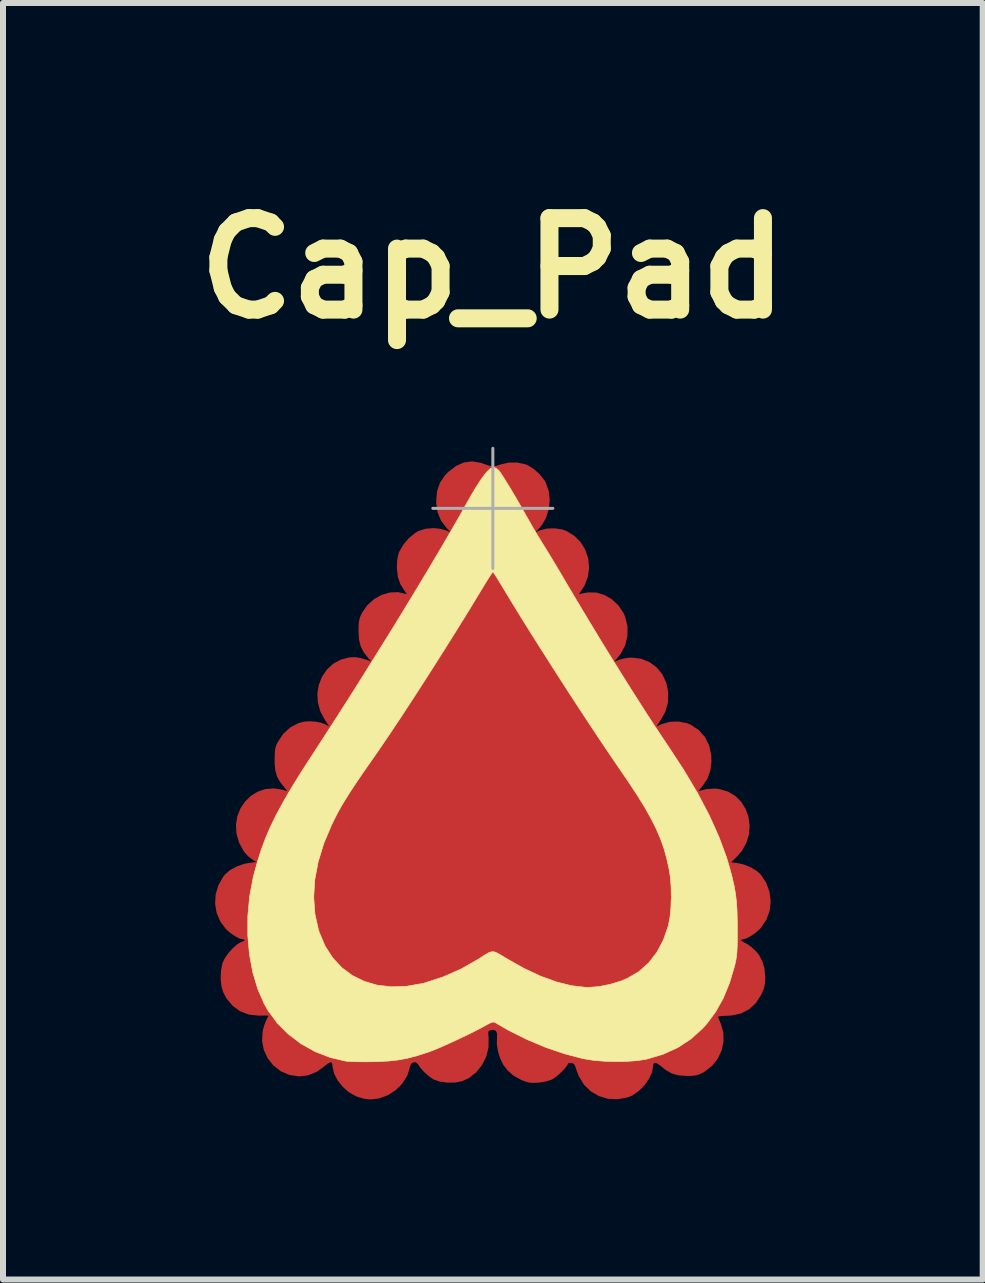
<source format=kicad_pcb>
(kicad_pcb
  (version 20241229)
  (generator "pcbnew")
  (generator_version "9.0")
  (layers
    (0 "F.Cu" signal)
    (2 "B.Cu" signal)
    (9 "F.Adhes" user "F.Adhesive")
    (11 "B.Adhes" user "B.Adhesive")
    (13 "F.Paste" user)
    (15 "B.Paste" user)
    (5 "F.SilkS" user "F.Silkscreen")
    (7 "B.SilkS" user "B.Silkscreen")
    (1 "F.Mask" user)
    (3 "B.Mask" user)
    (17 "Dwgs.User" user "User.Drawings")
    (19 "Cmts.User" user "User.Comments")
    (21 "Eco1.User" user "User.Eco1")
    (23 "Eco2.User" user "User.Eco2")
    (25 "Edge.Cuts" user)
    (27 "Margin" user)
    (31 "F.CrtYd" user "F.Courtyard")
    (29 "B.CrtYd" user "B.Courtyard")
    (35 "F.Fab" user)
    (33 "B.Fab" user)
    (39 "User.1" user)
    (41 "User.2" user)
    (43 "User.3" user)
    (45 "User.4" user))
  (footprint "Cap_Pad"
    (layer "F.Cu")
    (at 5.16 5.418)
    (property "Reference" "Cap_Pad" (at 0 -4 0) (layer "F.SilkS") (effects (font (size 1.524 1.524) (thickness 0.3))))
    (attr exclude_from_pos_files exclude_from_bom)
    (fp_circle (center -3.49 6.71) (end -3.489 6.71) (stroke (width 0.3) (type solid)) (fill no) (layer "F.Mask"))
    (fp_circle (center -3.44 7.39) (end -3.439 7.39) (stroke (width 0.3) (type solid)) (fill no) (layer "F.Mask"))
    (fp_circle (center -3.39 6.02) (end -3.389 6.02) (stroke (width 0.3) (type solid)) (fill no) (layer "F.Mask"))
    (fp_circle (center -3.19 7.94) (end -3.189 7.94) (stroke (width 0.3) (type solid)) (fill no) (layer "F.Mask"))
    (fp_circle (center -3.18 5.35) (end -3.179 5.35) (stroke (width 0.3) (type solid)) (fill no) (layer "F.Mask"))
    (fp_circle (center -2.94 4.81) (end -2.939 4.81) (stroke (width 0.3) (type solid)) (fill no) (layer "F.Mask"))
    (fp_circle (center -2.8 8.37) (end -2.799 8.37) (stroke (width 0.3) (type solid)) (fill no) (layer "F.Mask"))
    (fp_circle (center -2.6 4.29) (end -2.599 4.29) (stroke (width 0.3) (type solid)) (fill no) (layer "F.Mask"))
    (fp_circle (center -2.22 3.7) (end -2.219 3.7) (stroke (width 0.3) (type solid)) (fill no) (layer "F.Mask"))
    (fp_circle (center -2.19 8.6) (end -2.189 8.6) (stroke (width 0.3) (type solid)) (fill no) (layer "F.Mask"))
    (fp_circle (center -1.78 3.12) (end -1.779 3.12) (stroke (width 0.3) (type solid)) (fill no) (layer "F.Mask"))
    (fp_circle (center -1.56 8.59) (end -1.559 8.59) (stroke (width 0.3) (type solid)) (fill no) (layer "F.Mask"))
    (fp_circle (center -1.45 2.51) (end -1.449 2.51) (stroke (width 0.3) (type solid)) (fill no) (layer "F.Mask"))
    (fp_circle (center -1.07 1.9) (end -1.069 1.9) (stroke (width 0.3) (type solid)) (fill no) (layer "F.Mask"))
    (fp_circle (center -0.95 8.42) (end -0.949 8.42) (stroke (width 0.3) (type solid)) (fill no) (layer "F.Mask"))
    (fp_circle (center -0.74 1.39) (end -0.739 1.39) (stroke (width 0.3) (type solid)) (fill no) (layer "F.Mask"))
    (fp_circle (center -0.4 0.8) (end -0.399 0.8) (stroke (width 0.3) (type solid)) (fill no) (layer "F.Mask"))
    (fp_circle (center -0.33 8.14) (end -0.329 8.14) (stroke (width 0.3) (type solid)) (fill no) (layer "F.Mask"))
    (fp_circle (center 0 0.24) (end 0.001 0.24) (stroke (width 0.3) (type solid)) (fill no) (layer "F.Mask"))
    (fp_circle (center 0.33 8.14) (end 0.331 8.14) (stroke (width 0.3) (type solid)) (fill no) (layer "F.Mask"))
    (fp_circle (center 0.39 0.8) (end 0.391 0.8) (stroke (width 0.3) (type solid)) (fill no) (layer "F.Mask"))
    (fp_circle (center 0.74 1.39) (end 0.741 1.39) (stroke (width 0.3) (type solid)) (fill no) (layer "F.Mask"))
    (fp_circle (center 0.96 8.41) (end 0.961 8.41) (stroke (width 0.3) (type solid)) (fill no) (layer "F.Mask"))
    (fp_circle (center 1.07 1.91) (end 1.071 1.91) (stroke (width 0.3) (type solid)) (fill no) (layer "F.Mask"))
    (fp_circle (center 1.46 2.52) (end 1.461 2.52) (stroke (width 0.3) (type solid)) (fill no) (layer "F.Mask"))
    (fp_circle (center 1.56 8.59) (end 1.561 8.59) (stroke (width 0.3) (type solid)) (fill no) (layer "F.Mask"))
    (fp_circle (center 1.77 3.11) (end 1.771 3.11) (stroke (width 0.3) (type solid)) (fill no) (layer "F.Mask"))
    (fp_circle (center 2.19 8.6) (end 2.191 8.6) (stroke (width 0.3) (type solid)) (fill no) (layer "F.Mask"))
    (fp_circle (center 2.23 3.71) (end 2.231 3.71) (stroke (width 0.3) (type solid)) (fill no) (layer "F.Mask"))
    (fp_circle (center 2.62 4.3) (end 2.621 4.3) (stroke (width 0.3) (type solid)) (fill no) (layer "F.Mask"))
    (fp_circle (center 2.8 8.37) (end 2.801 8.37) (stroke (width 0.3) (type solid)) (fill no) (layer "F.Mask"))
    (fp_circle (center 2.94 4.81) (end 2.941 4.81) (stroke (width 0.3) (type solid)) (fill no) (layer "F.Mask"))
    (fp_circle (center 3.19 5.35) (end 3.191 5.35) (stroke (width 0.3) (type solid)) (fill no) (layer "F.Mask"))
    (fp_circle (center 3.19 7.94) (end 3.191 7.94) (stroke (width 0.3) (type solid)) (fill no) (layer "F.Mask"))
    (fp_circle (center 3.4 6.04) (end 3.401 6.04) (stroke (width 0.3) (type solid)) (fill no) (layer "F.Mask"))
    (fp_circle (center 3.44 7.39) (end 3.441 7.39) (stroke (width 0.3) (type solid)) (fill no) (layer "F.Mask"))
    (fp_circle (center 3.48 6.72) (end 3.481 6.72) (stroke (width 0.3) (type solid)) (fill no) (layer "F.Mask"))
    (fp_poly (pts (xy 0.014 0.917) (xy 0.046 0.965) (xy 0.093 1.039) (xy 0.152 1.132) (xy 0.218 1.241) (xy 0.233 1.265) (xy 0.411 1.556) (xy 0.595 1.856) (xy 0.784 2.158) (xy 0.974 2.459) (xy 1.162 2.755) (xy 1.345 3.04) (xy 1.521 3.311) (xy 1.686 3.563) (xy 1.839 3.792) (xy 1.975 3.992) (xy 2.085 4.149) (xy 2.265 4.406) (xy 2.42 4.636) (xy 2.552 4.843) (xy 2.663 5.032) (xy 2.756 5.207) (xy 2.834 5.373) (xy 2.899 5.534) (xy 2.952 5.696) (xy 2.997 5.862) (xy 3.02 5.963) (xy 3.039 6.085) (xy 3.052 6.233) (xy 3.059 6.395) (xy 3.059 6.56) (xy 3.053 6.719) (xy 3.041 6.859) (xy 3.022 6.97) (xy 3.018 6.985) (xy 2.932 7.234) (xy 2.818 7.452) (xy 2.675 7.639) (xy 2.504 7.794) (xy 2.305 7.918) (xy 2.078 8.01) (xy 1.984 8.037) (xy 1.899 8.056) (xy 1.823 8.068) (xy 1.742 8.073) (xy 1.642 8.073) (xy 1.544 8.069) (xy 1.242 8.034) (xy 0.938 7.958) (xy 0.634 7.841) (xy 0.332 7.683) (xy 0.143 7.564) (xy 0.08 7.523) (xy 0.028 7.494) (xy 0.001 7.483) (xy 0.001 7.483) (xy -0.025 7.494) (xy -0.078 7.523) (xy -0.148 7.566) (xy -0.196 7.596) (xy -0.514 7.78) (xy -0.839 7.923) (xy -1.126 8.014) (xy -1.275 8.044) (xy -1.441 8.063) (xy -1.613 8.071) (xy -1.779 8.067) (xy -1.924 8.052) (xy -2.002 8.035) (xy -2.238 7.951) (xy -2.447 7.835) (xy -2.628 7.688) (xy -2.78 7.509) (xy -2.904 7.3) (xy -2.998 7.06) (xy -3.02 6.985) (xy -3.04 6.88) (xy -3.053 6.744) (xy -3.061 6.588) (xy -3.061 6.423) (xy -3.056 6.259) (xy -3.044 6.109) (xy -3.025 5.982) (xy -3.022 5.963) (xy -2.948 5.684) (xy -2.848 5.408) (xy -2.718 5.13) (xy -2.556 4.844) (xy -2.389 4.587) (xy -2.036 4.067) (xy -1.705 3.574) (xy -1.393 3.102) (xy -1.096 2.644) (xy -0.81 2.196) (xy -0.531 1.75) (xy -0.286 1.35) (xy -0.21 1.226) (xy -0.141 1.116) (xy -0.083 1.023) (xy -0.038 0.953) (xy -0.009 0.911) (xy 0 0.9) (xy 0.014 0.917)) (stroke (width 0.01) (type solid)) (fill yes) (layer "F.Mask"))
    (fp_poly (pts (xy -0.182 -0.751) (xy -0.149 -0.741) (xy -0.000001 -0.693) (xy 0.149 -0.741) (xy 0.309 -0.773) (xy 0.46 -0.764) (xy 0.599 -0.715) (xy 0.727 -0.626) (xy 0.751 -0.602) (xy 0.851 -0.473) (xy 0.914 -0.325) (xy 0.94 -0.158) (xy 0.94 -0.127) (xy 0.927 0.025) (xy 0.884 0.155) (xy 0.807 0.275) (xy 0.776 0.311) (xy 0.7 0.395) (xy 0.821 0.354) (xy 0.965 0.325) (xy 1.105 0.334) (xy 1.235 0.377) (xy 1.351 0.449) (xy 1.45 0.547) (xy 1.527 0.665) (xy 1.578 0.799) (xy 1.599 0.945) (xy 1.585 1.099) (xy 1.577 1.132) (xy 1.548 1.219) (xy 1.509 1.305) (xy 1.483 1.347) (xy 1.422 1.435) (xy 1.5 1.413) (xy 1.601 1.4) (xy 1.718 1.407) (xy 1.831 1.431) (xy 1.898 1.457) (xy 2 1.527) (xy 2.094 1.625) (xy 2.17 1.738) (xy 2.211 1.832) (xy 2.241 1.99) (xy 2.233 2.149) (xy 2.191 2.3) (xy 2.116 2.435) (xy 2.071 2.49) (xy 2.008 2.556) (xy 2.12 2.517) (xy 2.277 2.481) (xy 2.422 2.487) (xy 2.559 2.534) (xy 2.687 2.622) (xy 2.732 2.665) (xy 2.829 2.781) (xy 2.889 2.901) (xy 2.917 3.036) (xy 2.921 3.123) (xy 2.907 3.273) (xy 2.861 3.407) (xy 2.782 3.537) (xy 2.707 3.64) (xy 2.808 3.593) (xy 2.919 3.56) (xy 3.045 3.548) (xy 3.17 3.558) (xy 3.266 3.586) (xy 3.381 3.656) (xy 3.485 3.758) (xy 3.568 3.879) (xy 3.587 3.919) (xy 3.617 3.991) (xy 3.634 4.051) (xy 3.639 4.116) (xy 3.637 4.204) (xy 3.636 4.22) (xy 3.619 4.362) (xy 3.581 4.479) (xy 3.517 4.586) (xy 3.466 4.65) (xy 3.429 4.695) (xy 3.421 4.714) (xy 3.439 4.711) (xy 3.44 4.711) (xy 3.593 4.67) (xy 3.745 4.669) (xy 3.888 4.706) (xy 4.018 4.779) (xy 4.129 4.885) (xy 4.206 5.004) (xy 4.251 5.131) (xy 4.272 5.275) (xy 4.267 5.419) (xy 4.256 5.476) (xy 4.221 5.571) (xy 4.165 5.671) (xy 4.098 5.761) (xy 4.03 5.826) (xy 4.022 5.831) (xy 3.98 5.862) (xy 3.959 5.884) (xy 3.958 5.887) (xy 3.977 5.896) (xy 4.026 5.906) (xy 4.072 5.911) (xy 4.222 5.946) (xy 4.351 6.012) (xy 4.458 6.105) (xy 4.539 6.219) (xy 4.595 6.349) (xy 4.622 6.488) (xy 4.619 6.632) (xy 4.584 6.775) (xy 4.516 6.91) (xy 4.425 7.022) (xy 4.346 7.086) (xy 4.26 7.137) (xy 4.231 7.149) (xy 4.162 7.176) (xy 4.132 7.197) (xy 4.141 7.213) (xy 4.177 7.226) (xy 4.239 7.256) (xy 4.312 7.314) (xy 4.385 7.39) (xy 4.448 7.473) (xy 4.479 7.528) (xy 4.527 7.672) (xy 4.538 7.826) (xy 4.513 7.981) (xy 4.454 8.129) (xy 4.373 8.248) (xy 4.324 8.294) (xy 4.252 8.344) (xy 4.187 8.381) (xy 4.106 8.417) (xy 4.035 8.437) (xy 3.954 8.445) (xy 3.902 8.445) (xy 3.827 8.446) (xy 3.772 8.449) (xy 3.747 8.453) (xy 3.747 8.453) (xy 3.754 8.476) (xy 3.775 8.524) (xy 3.792 8.565) (xy 3.826 8.671) (xy 3.839 8.797) (xy 3.839 8.817) (xy 3.837 8.907) (xy 3.825 8.978) (xy 3.798 9.051) (xy 3.771 9.109) (xy 3.684 9.243) (xy 3.573 9.346) (xy 3.445 9.415) (xy 3.305 9.451) (xy 3.16 9.452) (xy 3.015 9.417) (xy 2.875 9.345) (xy 2.802 9.287) (xy 2.737 9.238) (xy 2.693 9.226) (xy 2.67 9.25) (xy 2.667 9.28) (xy 2.648 9.387) (xy 2.597 9.5) (xy 2.521 9.609) (xy 2.426 9.703) (xy 2.32 9.773) (xy 2.302 9.781) (xy 2.166 9.821) (xy 2.015 9.833) (xy 1.866 9.815) (xy 1.762 9.781) (xy 1.66 9.72) (xy 1.564 9.634) (xy 1.481 9.533) (xy 1.418 9.426) (xy 1.382 9.322) (xy 1.376 9.27) (xy 1.357 9.237) (xy 1.323 9.223) (xy 1.282 9.224) (xy 1.248 9.251) (xy 1.226 9.284) (xy 1.13 9.403) (xy 1.011 9.49) (xy 0.877 9.543) (xy 0.732 9.564) (xy 0.585 9.549) (xy 0.441 9.499) (xy 0.306 9.413) (xy 0.297 9.406) (xy 0.201 9.299) (xy 0.128 9.166) (xy 0.083 9.018) (xy 0.072 8.866) (xy 0.074 8.826) (xy 0.08 8.757) (xy 0.075 8.717) (xy 0.058 8.693) (xy 0.044 8.683) (xy -0.000229 8.667) (xy -0.044 8.683) (xy -0.068 8.704) (xy -0.079 8.735) (xy -0.078 8.788) (xy -0.074 8.826) (xy -0.076 8.965) (xy -0.107 9.11) (xy -0.162 9.241) (xy -0.178 9.267) (xy -0.277 9.388) (xy -0.401 9.479) (xy -0.542 9.539) (xy -0.693 9.565) (xy -0.845 9.553) (xy -0.91 9.536) (xy -1.002 9.491) (xy -1.099 9.42) (xy -1.189 9.334) (xy -1.25 9.255) (xy -1.287 9.225) (xy -1.33 9.22) (xy -1.365 9.238) (xy -1.376 9.27) (xy -1.394 9.367) (xy -1.443 9.474) (xy -1.516 9.579) (xy -1.605 9.674) (xy -1.704 9.749) (xy -1.762 9.779) (xy -1.88 9.816) (xy -2.009 9.834) (xy -2.132 9.831) (xy -2.212 9.814) (xy -2.328 9.768) (xy -2.419 9.712) (xy -2.501 9.635) (xy -2.515 9.62) (xy -2.581 9.528) (xy -2.632 9.426) (xy -2.662 9.327) (xy -2.667 9.279) (xy -2.676 9.232) (xy -2.704 9.22) (xy -2.752 9.245) (xy -2.797 9.282) (xy -2.931 9.378) (xy -3.073 9.435) (xy -3.219 9.456) (xy -3.363 9.441) (xy -3.498 9.392) (xy -3.62 9.309) (xy -3.722 9.193) (xy -3.771 9.109) (xy -3.827 8.953) (xy -3.843 8.795) (xy -3.821 8.641) (xy -3.792 8.562) (xy -3.767 8.503) (xy -3.752 8.461) (xy -3.751 8.449) (xy -3.773 8.446) (xy -3.828 8.442) (xy -3.903 8.439) (xy -3.926 8.439) (xy -4.089 8.42) (xy -4.225 8.369) (xy -4.338 8.283) (xy -4.432 8.162) (xy -4.469 8.094) (xy -4.524 7.938) (xy -4.54 7.78) (xy -4.517 7.627) (xy -4.456 7.484) (xy -4.358 7.357) (xy -4.324 7.324) (xy -4.263 7.276) (xy -4.207 7.239) (xy -4.177 7.226) (xy -4.137 7.211) (xy -4.134 7.194) (xy -4.17 7.172) (xy -4.228 7.15) (xy -4.351 7.084) (xy -4.387 7.052) (xy -4 7.052) (xy -3.978 7.374) (xy -3.922 7.68) (xy -3.832 7.967) (xy -3.707 8.235) (xy -3.552 8.474) (xy -3.389 8.657) (xy -3.195 8.813) (xy -2.972 8.942) (xy -2.725 9.041) (xy -2.456 9.108) (xy -2.365 9.123) (xy -2.243 9.133) (xy -2.092 9.135) (xy -1.925 9.128) (xy -1.757 9.114) (xy -1.598 9.094) (xy -1.517 9.08) (xy -1.236 9.009) (xy -0.942 8.909) (xy -0.65 8.787) (xy -0.371 8.646) (xy -0.215 8.555) (xy -0.136 8.508) (xy -0.066 8.471) (xy -0.017 8.449) (xy -0.002 8.445) (xy 0.031 8.456) (xy 0.091 8.484) (xy 0.168 8.526) (xy 0.235 8.566) (xy 0.532 8.729) (xy 0.839 8.867) (xy 1.149 8.979) (xy 1.455 9.061) (xy 1.748 9.11) (xy 1.842 9.119) (xy 2.157 9.125) (xy 2.45 9.096) (xy 2.721 9.033) (xy 2.969 8.934) (xy 3.193 8.803) (xy 3.392 8.637) (xy 3.566 8.439) (xy 3.712 8.209) (xy 3.749 8.138) (xy 3.862 7.858) (xy 3.94 7.559) (xy 3.983 7.241) (xy 3.991 6.909) (xy 3.964 6.565) (xy 3.902 6.211) (xy 3.806 5.85) (xy 3.676 5.485) (xy 3.512 5.118) (xy 3.501 5.095) (xy 3.463 5.022) (xy 3.428 4.953) (xy 3.391 4.886) (xy 3.351 4.816) (xy 3.305 4.738) (xy 3.249 4.649) (xy 3.182 4.543) (xy 3.101 4.417) (xy 3.002 4.266) (xy 2.884 4.085) (xy 2.835 4.011) (xy 2.592 3.636) (xy 2.331 3.226) (xy 2.055 2.786) (xy 1.766 2.319) (xy 1.467 1.828) (xy 1.159 1.318) (xy 0.845 0.792) (xy 0.527 0.252) (xy 0.358 -0.036) (xy 0.258 -0.208) (xy 0.176 -0.345) (xy 0.111 -0.451) (xy 0.061 -0.527) (xy 0.025 -0.577) (xy 0.001 -0.603) (xy -0.012 -0.608) (xy -0.014 -0.607) (xy -0.029 -0.584) (xy -0.064 -0.528) (xy -0.115 -0.444) (xy -0.181 -0.333) (xy -0.259 -0.201) (xy -0.348 -0.05) (xy -0.445 0.114) (xy -0.545 0.286) (xy -0.856 0.816) (xy -1.15 1.312) (xy -1.429 1.777) (xy -1.694 2.213) (xy -1.947 2.625) (xy -2.191 3.014) (xy -2.427 3.385) (xy -2.657 3.739) (xy -2.879 4.074) (xy -3.019 4.286) (xy -3.138 4.468) (xy -3.238 4.627) (xy -3.324 4.767) (xy -3.397 4.894) (xy -3.462 5.013) (xy -3.521 5.13) (xy -3.578 5.25) (xy -3.592 5.281) (xy -3.743 5.649) (xy -3.858 6.012) (xy -3.94 6.369) (xy -3.987 6.716) (xy -4 7.052) (xy -4.387 7.052) (xy -4.458 6.987) (xy -4.542 6.864) (xy -4.598 6.724) (xy -4.622 6.576) (xy -4.622 6.564) (xy -4.606 6.394) (xy -4.554 6.244) (xy -4.47 6.116) (xy -4.357 6.016) (xy -4.217 5.945) (xy -4.058 5.909) (xy -3.929 5.895) (xy -4.014 5.839) (xy -4.118 5.746) (xy -4.197 5.625) (xy -4.25 5.482) (xy -4.273 5.327) (xy -4.271 5.242) (xy -4.239 5.085) (xy -4.175 4.948) (xy -4.084 4.834) (xy -3.97 4.747) (xy -3.838 4.69) (xy -3.695 4.666) (xy -3.546 4.679) (xy -3.44 4.711) (xy -3.421 4.714) (xy -3.429 4.695) (xy -3.465 4.65) (xy -3.466 4.65) (xy -3.552 4.534) (xy -3.605 4.416) (xy -3.632 4.28) (xy -3.636 4.229) (xy -3.632 4.07) (xy -3.597 3.932) (xy -3.528 3.809) (xy -3.477 3.745) (xy -3.36 3.644) (xy -3.226 3.577) (xy -3.083 3.546) (xy -2.937 3.553) (xy -2.808 3.593) (xy -2.707 3.64) (xy -2.782 3.537) (xy -2.863 3.404) (xy -2.908 3.269) (xy -2.921 3.123) (xy -2.908 2.974) (xy -2.867 2.847) (xy -2.791 2.73) (xy -2.732 2.665) (xy -2.607 2.561) (xy -2.474 2.499) (xy -2.331 2.479) (xy -2.179 2.499) (xy -2.12 2.517) (xy -2.008 2.556) (xy -2.071 2.49) (xy -2.149 2.393) (xy -2.199 2.294) (xy -2.225 2.179) (xy -2.233 2.043) (xy -2.231 1.939) (xy -2.223 1.864) (xy -2.206 1.804) (xy -2.185 1.754) (xy -2.104 1.629) (xy -1.999 1.523) (xy -1.899 1.458) (xy -1.815 1.427) (xy -1.711 1.407) (xy -1.606 1.399) (xy -1.516 1.406) (xy -1.485 1.414) (xy -1.421 1.436) (xy -1.483 1.348) (xy -1.538 1.245) (xy -1.578 1.122) (xy -1.6 0.998) (xy -1.599 0.891) (xy -1.558 0.735) (xy -1.487 0.598) (xy -1.392 0.485) (xy -1.276 0.4) (xy -1.146 0.345) (xy -1.006 0.325) (xy -0.861 0.342) (xy -0.821 0.354) (xy -0.7 0.395) (xy -0.776 0.311) (xy -0.867 0.18) (xy -0.923 0.034) (xy -0.944 -0.12) (xy -0.928 -0.275) (xy -0.878 -0.423) (xy -0.792 -0.557) (xy -0.751 -0.602) (xy -0.626 -0.7) (xy -0.489 -0.758) (xy -0.34 -0.775) (xy -0.182 -0.751)) (stroke (width 0.01) (type solid)) (fill yes) (layer "F.Mask"))
    (fp_poly (pts (xy 0.055 -0.668) (xy 0.1 -0.63) (xy 0.129 -0.591) (xy 0.175 -0.521) (xy 0.234 -0.426) (xy 0.305 -0.31) (xy 0.382 -0.18) (xy 0.463 -0.04) (xy 0.544 0.103) (xy 0.582 0.169) (xy 0.647 0.284) (xy 0.722 0.412) (xy 0.796 0.533) (xy 0.833 0.593) (xy 0.883 0.674) (xy 0.95 0.783) (xy 1.026 0.909) (xy 1.107 1.044) (xy 1.186 1.178) (xy 1.196 1.196) (xy 1.39 1.523) (xy 1.589 1.855) (xy 1.789 2.186) (xy 1.989 2.511) (xy 2.185 2.826) (xy 2.374 3.125) (xy 2.552 3.404) (xy 2.717 3.657) (xy 2.866 3.88) (xy 2.912 3.948) (xy 3.18 4.357) (xy 3.412 4.746) (xy 3.607 5.118) (xy 3.766 5.472) (xy 3.891 5.809) (xy 3.937 5.962) (xy 3.983 6.132) (xy 4.017 6.279) (xy 4.042 6.416) (xy 4.058 6.554) (xy 4.068 6.703) (xy 4.072 6.877) (xy 4.073 7.006) (xy 4.073 7.161) (xy 4.071 7.283) (xy 4.067 7.378) (xy 4.06 7.455) (xy 4.049 7.524) (xy 4.035 7.59) (xy 4.028 7.62) (xy 3.942 7.908) (xy 3.838 8.161) (xy 3.713 8.385) (xy 3.565 8.585) (xy 3.498 8.66) (xy 3.302 8.838) (xy 3.082 8.982) (xy 2.836 9.094) (xy 2.563 9.175) (xy 2.551 9.178) (xy 2.406 9.2) (xy 2.232 9.213) (xy 2.043 9.216) (xy 1.851 9.21) (xy 1.669 9.194) (xy 1.509 9.168) (xy 1.506 9.168) (xy 1.2 9.088) (xy 0.882 8.98) (xy 0.564 8.846) (xy 0.259 8.694) (xy 0.041 8.567) (xy 0.011 8.557) (xy -0.028 8.565) (xy -0.088 8.595) (xy -0.099 8.601) (xy -0.201 8.657) (xy -0.326 8.722) (xy -0.467 8.791) (xy -0.615 8.861) (xy -0.759 8.927) (xy -0.892 8.986) (xy -1.004 9.032) (xy -1.074 9.058) (xy -1.258 9.117) (xy -1.42 9.16) (xy -1.574 9.189) (xy -1.736 9.207) (xy -1.921 9.217) (xy -1.99 9.218) (xy -2.117 9.22) (xy -2.238 9.219) (xy -2.342 9.216) (xy -2.42 9.212) (xy -2.449 9.209) (xy -2.711 9.147) (xy -2.961 9.05) (xy -3.194 8.92) (xy -3.405 8.76) (xy -3.591 8.575) (xy -3.744 8.367) (xy -3.808 8.255) (xy -3.917 8.004) (xy -4 7.726) (xy -4.055 7.428) (xy -4.082 7.116) (xy -4.082 6.795) (xy -4.053 6.477) (xy -2.984 6.477) (xy -2.964 6.756) (xy -2.905 7.022) (xy -2.888 7.072) (xy -2.792 7.296) (xy -2.667 7.489) (xy -2.516 7.652) (xy -2.341 7.782) (xy -2.143 7.879) (xy -1.926 7.943) (xy -1.691 7.97) (xy -1.441 7.962) (xy -1.178 7.916) (xy -1.136 7.906) (xy -0.832 7.807) (xy -0.529 7.674) (xy -0.242 7.51) (xy -0.23 7.503) (xy -0.14 7.444) (xy -0.075 7.406) (xy -0.025 7.387) (xy 0.021 7.387) (xy 0.074 7.408) (xy 0.144 7.448) (xy 0.232 7.502) (xy 0.519 7.664) (xy 0.795 7.793) (xy 1.059 7.889) (xy 1.307 7.951) (xy 1.537 7.978) (xy 1.59 7.98) (xy 1.766 7.967) (xy 1.955 7.929) (xy 2.139 7.873) (xy 2.24 7.83) (xy 2.43 7.719) (xy 2.594 7.574) (xy 2.732 7.397) (xy 2.842 7.188) (xy 2.924 6.951) (xy 2.95 6.817) (xy 2.966 6.654) (xy 2.973 6.477) (xy 2.969 6.296) (xy 2.954 6.125) (xy 2.935 6.006) (xy 2.896 5.831) (xy 2.85 5.666) (xy 2.793 5.505) (xy 2.723 5.342) (xy 2.638 5.172) (xy 2.535 4.989) (xy 2.412 4.789) (xy 2.265 4.565) (xy 2.161 4.413) (xy 1.97 4.133) (xy 1.765 3.828) (xy 1.55 3.504) (xy 1.33 3.168) (xy 1.11 2.828) (xy 0.893 2.488) (xy 0.683 2.157) (xy 0.485 1.841) (xy 0.304 1.546) (xy 0.147 1.286) (xy 0.094 1.2) (xy 0.05 1.128) (xy 0.017 1.079) (xy 0.001 1.059) (xy 0.000165 1.058) (xy -0.014 1.076) (xy -0.046 1.123) (xy -0.092 1.196) (xy -0.148 1.287) (xy -0.199 1.371) (xy -0.378 1.666) (xy -0.568 1.973) (xy -0.764 2.286) (xy -0.963 2.601) (xy -1.162 2.912) (xy -1.357 3.213) (xy -1.544 3.499) (xy -1.721 3.764) (xy -1.883 4.003) (xy -2.018 4.197) (xy -2.157 4.396) (xy -2.274 4.568) (xy -2.372 4.716) (xy -2.455 4.848) (xy -2.527 4.967) (xy -2.59 5.081) (xy -2.648 5.195) (xy -2.68 5.26) (xy -2.814 5.576) (xy -2.909 5.885) (xy -2.966 6.186) (xy -2.984 6.477) (xy -4.053 6.477) (xy -4.053 6.474) (xy -3.994 6.158) (xy -3.979 6.096) (xy -3.922 5.888) (xy -3.859 5.69) (xy -3.787 5.496) (xy -3.704 5.302) (xy -3.606 5.102) (xy -3.492 4.891) (xy -3.359 4.663) (xy -3.205 4.413) (xy -3.029 4.141) (xy -2.812 3.807) (xy -2.588 3.459) (xy -2.36 3.102) (xy -2.131 2.738) (xy -1.903 2.373) (xy -1.678 2.011) (xy -1.46 1.655) (xy -1.25 1.309) (xy -1.052 0.979) (xy -0.867 0.667) (xy -0.698 0.378) (xy -0.548 0.116) (xy -0.424 -0.106) (xy -0.361 -0.217) (xy -0.291 -0.334) (xy -0.223 -0.441) (xy -0.174 -0.513) (xy -0.102 -0.605) (xy -0.044 -0.66) (xy 0.007 -0.681) (xy 0.055 -0.668)) (stroke (width 0.01) (type solid)) (fill yes) (layer "F.SilkS"))
    (fp_line (start 0 -1) (end 0 1) (stroke (width 0.05) (type solid)) (layer "F.Fab"))
    (fp_line (start 1 0) (end -1 0) (stroke (width 0.05) (type solid)) (layer "F.Fab"))
    (pad "1" smd custom (at 0 5) (size 1 1) (layers "F.Cu") (options (anchor circle)) (primitives (gr_poly (pts (xy -0.197 -5.752) (xy -0.159 -5.738) (xy -0.072 -5.708) (xy -0.007 -5.696) (xy 0.053 -5.701) (xy 0.124 -5.723) (xy 0.138 -5.728) (xy 0.264 -5.757) (xy 0.403 -5.758) (xy 0.534 -5.731) (xy 0.582 -5.712) (xy 0.683 -5.649) (xy 0.78 -5.56) (xy 0.857 -5.462) (xy 0.875 -5.43) (xy 0.926 -5.288) (xy 0.942 -5.135) (xy 0.926 -4.981) (xy 0.878 -4.835) (xy 0.8 -4.707) (xy 0.761 -4.664) (xy 0.719 -4.621) (xy 0.709 -4.602) (xy 0.732 -4.606) (xy 0.791 -4.63) (xy 0.793 -4.631) (xy 0.903 -4.658) (xy 1.029 -4.662) (xy 1.154 -4.643) (xy 1.221 -4.62) (xy 1.354 -4.539) (xy 1.46 -4.432) (xy 1.537 -4.304) (xy 1.584 -4.162) (xy 1.598 -4.012) (xy 1.578 -3.862) (xy 1.524 -3.717) (xy 1.465 -3.626) (xy 1.435 -3.581) (xy 1.432 -3.564) (xy 1.446 -3.567) (xy 1.487 -3.577) (xy 1.551 -3.589) (xy 1.586 -3.594) (xy 1.723 -3.592) (xy 1.858 -3.552) (xy 1.982 -3.479) (xy 2.089 -3.378) (xy 2.173 -3.252) (xy 2.2 -3.19) (xy 2.238 -3.033) (xy 2.237 -2.875) (xy 2.2 -2.721) (xy 2.128 -2.582) (xy 2.068 -2.508) (xy 2.028 -2.463) (xy 2.018 -2.444) (xy 2.041 -2.446) (xy 2.099 -2.469) (xy 2.109 -2.473) (xy 2.177 -2.493) (xy 2.264 -2.506) (xy 2.318 -2.508) (xy 2.469 -2.49) (xy 2.607 -2.434) (xy 2.725 -2.347) (xy 2.819 -2.232) (xy 2.884 -2.094) (xy 2.916 -1.939) (xy 2.912 -1.769) (xy 2.869 -1.614) (xy 2.793 -1.477) (xy 2.753 -1.418) (xy 2.726 -1.376) (xy 2.718 -1.359) (xy 2.718 -1.359) (xy 2.74 -1.367) (xy 2.788 -1.388) (xy 2.818 -1.401) (xy 2.945 -1.438) (xy 3.085 -1.444) (xy 3.222 -1.419) (xy 3.298 -1.389) (xy 3.428 -1.302) (xy 3.53 -1.186) (xy 3.599 -1.047) (xy 3.633 -0.889) (xy 3.636 -0.767) (xy 3.615 -0.621) (xy 3.569 -0.497) (xy 3.491 -0.38) (xy 3.466 -0.35) (xy 3.429 -0.305) (xy 3.42 -0.285) (xy 3.438 -0.287) (xy 3.44 -0.288) (xy 3.565 -0.319) (xy 3.702 -0.327) (xy 3.768 -0.32) (xy 3.913 -0.278) (xy 4.036 -0.205) (xy 4.135 -0.106) (xy 4.208 0.012) (xy 4.254 0.145) (xy 4.272 0.287) (xy 4.261 0.431) (xy 4.218 0.573) (xy 4.142 0.707) (xy 4.059 0.802) (xy 3.958 0.9) (xy 4.068 0.913) (xy 4.183 0.939) (xy 4.298 0.986) (xy 4.398 1.047) (xy 4.458 1.102) (xy 4.549 1.24) (xy 4.604 1.39) (xy 4.623 1.547) (xy 4.606 1.702) (xy 4.553 1.849) (xy 4.464 1.981) (xy 4.436 2.012) (xy 4.368 2.071) (xy 4.291 2.123) (xy 4.218 2.161) (xy 4.162 2.175) (xy 4.16 2.175) (xy 4.131 2.186) (xy 4.134 2.207) (xy 4.168 2.228) (xy 4.234 2.261) (xy 4.311 2.317) (xy 4.382 2.384) (xy 4.431 2.445) (xy 4.489 2.557) (xy 4.521 2.673) (xy 4.532 2.812) (xy 4.532 2.821) (xy 4.529 2.911) (xy 4.514 2.986) (xy 4.482 3.066) (xy 4.467 3.098) (xy 4.378 3.237) (xy 4.266 3.341) (xy 4.131 3.41) (xy 3.971 3.444) (xy 3.889 3.448) (xy 3.818 3.451) (xy 3.767 3.457) (xy 3.747 3.465) (xy 3.747 3.465) (xy 3.754 3.493) (xy 3.775 3.545) (xy 3.792 3.585) (xy 3.834 3.73) (xy 3.838 3.879) (xy 3.807 4.027) (xy 3.743 4.164) (xy 3.649 4.283) (xy 3.527 4.378) (xy 3.511 4.388) (xy 3.446 4.421) (xy 3.388 4.44) (xy 3.322 4.449) (xy 3.23 4.451) (xy 3.228 4.451) (xy 3.094 4.441) (xy 2.985 4.411) (xy 2.883 4.352) (xy 2.808 4.292) (xy 2.743 4.244) (xy 2.696 4.23) (xy 2.671 4.25) (xy 2.667 4.278) (xy 2.648 4.387) (xy 2.597 4.501) (xy 2.52 4.61) (xy 2.425 4.705) (xy 2.32 4.777) (xy 2.243 4.809) (xy 2.075 4.839) (xy 1.914 4.83) (xy 1.764 4.784) (xy 1.631 4.705) (xy 1.519 4.595) (xy 1.435 4.456) (xy 1.398 4.359) (xy 1.376 4.29) (xy 1.354 4.253) (xy 1.326 4.236) (xy 1.306 4.233) (xy 1.264 4.234) (xy 1.249 4.245) (xy 1.234 4.279) (xy 1.194 4.329) (xy 1.139 4.386) (xy 1.078 4.443) (xy 1.019 4.488) (xy 0.987 4.508) (xy 0.892 4.541) (xy 0.771 4.561) (xy 0.748 4.563) (xy 0.66 4.566) (xy 0.593 4.559) (xy 0.528 4.539) (xy 0.473 4.516) (xy 0.346 4.445) (xy 0.248 4.359) (xy 0.177 4.265) (xy 0.126 4.161) (xy 0.089 4.038) (xy 0.071 3.915) (xy 0.074 3.828) (xy 0.075 3.746) (xy 0.052 3.697) (xy 0.004 3.682) (xy -0.033 3.687) (xy -0.064 3.698) (xy -0.079 3.716) (xy -0.082 3.753) (xy -0.075 3.82) (xy -0.075 3.822) (xy -0.077 3.98) (xy -0.115 4.132) (xy -0.185 4.272) (xy -0.281 4.392) (xy -0.401 4.486) (xy -0.514 4.538) (xy -0.631 4.561) (xy -0.762 4.562) (xy -0.888 4.543) (xy -0.986 4.509) (xy -1.06 4.459) (xy -1.14 4.387) (xy -1.21 4.309) (xy -1.246 4.254) (xy -1.281 4.223) (xy -1.32 4.223) (xy -1.359 4.241) (xy -1.38 4.284) (xy -1.386 4.31) (xy -1.432 4.452) (xy -1.513 4.58) (xy -1.621 4.688) (xy -1.751 4.772) (xy -1.895 4.825) (xy -2.038 4.842) (xy -2.144 4.83) (xy -2.258 4.797) (xy -2.275 4.79) (xy -2.392 4.725) (xy -2.496 4.635) (xy -2.581 4.528) (xy -2.64 4.414) (xy -2.666 4.3) (xy -2.667 4.279) (xy -2.676 4.232) (xy -2.704 4.22) (xy -2.753 4.245) (xy -2.794 4.279) (xy -2.932 4.38) (xy -3.078 4.44) (xy -3.229 4.458) (xy -3.385 4.434) (xy -3.39 4.433) (xy -3.533 4.371) (xy -3.653 4.277) (xy -3.746 4.159) (xy -3.81 4.022) (xy -3.839 3.874) (xy -3.831 3.72) (xy -3.822 3.678) (xy -3.799 3.6) (xy -3.772 3.532) (xy -3.755 3.498) (xy -3.736 3.461) (xy -3.738 3.444) (xy -3.739 3.444) (xy -3.768 3.444) (xy -3.827 3.444) (xy -3.903 3.445) (xy -3.905 3.445) (xy -4.065 3.428) (xy -4.209 3.373) (xy -4.333 3.282) (xy -4.436 3.157) (xy -4.487 3.061) (xy -4.516 2.961) (xy -4.529 2.839) (xy -4.524 2.709) (xy -4.502 2.59) (xy -4.494 2.566) (xy -4.458 2.492) (xy -4.4 2.411) (xy -4.332 2.334) (xy -4.261 2.271) (xy -4.198 2.232) (xy -4.183 2.227) (xy -4.141 2.209) (xy -4.128 2.189) (xy -4.146 2.177) (xy -4.16 2.175) (xy -4.216 2.162) (xy -4.288 2.125) (xy -4.365 2.073) (xy -4.434 2.014) (xy -4.436 2.012) (xy -4.534 1.884) (xy -4.596 1.74) (xy -4.622 1.586) (xy -4.612 1.43) (xy -4.567 1.278) (xy -4.485 1.136) (xy -4.458 1.102) (xy -4.378 1.032) (xy -4.268 0.972) (xy -4.144 0.928) (xy -4.053 0.91) (xy -3.926 0.895) (xy -4.006 0.845) (xy -4.068 0.796) (xy -4.129 0.731) (xy -4.146 0.708) (xy -4.225 0.563) (xy -4.266 0.416) (xy -4.274 0.271) (xy -4.252 0.132) (xy -4.202 0.004) (xy -4.127 -0.109) (xy -4.031 -0.204) (xy -3.917 -0.275) (xy -3.788 -0.319) (xy -3.646 -0.33) (xy -3.495 -0.306) (xy -3.438 -0.287) (xy -3.421 -0.286) (xy -3.431 -0.308) (xy -3.466 -0.35) (xy -3.541 -0.445) (xy -3.59 -0.532) (xy -3.617 -0.626) (xy -3.629 -0.739) (xy -3.63 -0.809) (xy -3.628 -0.912) (xy -3.622 -0.986) (xy -3.608 -1.042) (xy -3.586 -1.093) (xy -3.583 -1.097) (xy -3.487 -1.241) (xy -3.37 -1.348) (xy -3.234 -1.418) (xy -3.147 -1.441) (xy -3.054 -1.448) (xy -2.95 -1.441) (xy -2.853 -1.421) (xy -2.781 -1.391) (xy -2.779 -1.39) (xy -2.74 -1.367) (xy -2.725 -1.365) (xy -2.734 -1.389) (xy -2.768 -1.44) (xy -2.793 -1.477) (xy -2.869 -1.618) (xy -2.91 -1.766) (xy -2.918 -1.914) (xy -2.894 -2.059) (xy -2.841 -2.192) (xy -2.761 -2.31) (xy -2.657 -2.407) (xy -2.53 -2.476) (xy -2.384 -2.513) (xy -2.297 -2.516) (xy -2.205 -2.502) (xy -2.095 -2.468) (xy -2.043 -2.449) (xy -2.023 -2.446) (xy -2.032 -2.464) (xy -2.067 -2.504) (xy -2.146 -2.603) (xy -2.197 -2.702) (xy -2.224 -2.813) (xy -2.233 -2.951) (xy -2.233 -2.957) (xy -2.231 -3.056) (xy -2.224 -3.126) (xy -2.209 -3.183) (xy -2.184 -3.24) (xy -2.176 -3.256) (xy -2.089 -3.382) (xy -1.979 -3.481) (xy -1.853 -3.553) (xy -1.716 -3.593) (xy -1.578 -3.599) (xy -1.451 -3.569) (xy -1.429 -3.564) (xy -1.431 -3.577) (xy -1.458 -3.616) (xy -1.465 -3.626) (xy -1.536 -3.738) (xy -1.577 -3.855) (xy -1.593 -3.992) (xy -1.594 -4.026) (xy -1.589 -4.14) (xy -1.571 -4.23) (xy -1.551 -4.284) (xy -1.484 -4.397) (xy -1.394 -4.502) (xy -1.291 -4.586) (xy -1.232 -4.62) (xy -1.119 -4.655) (xy -0.99 -4.666) (xy -0.866 -4.653) (xy -0.796 -4.632) (xy -0.733 -4.607) (xy -0.707 -4.602) (xy -0.715 -4.621) (xy -0.755 -4.665) (xy -0.767 -4.677) (xy -0.859 -4.797) (xy -0.915 -4.933) (xy -0.938 -5.09) (xy -0.938 -5.127) (xy -0.924 -5.286) (xy -0.878 -5.422) (xy -0.798 -5.542) (xy -0.738 -5.604) (xy -0.608 -5.703) (xy -0.476 -5.761) (xy -0.339 -5.777) (xy -0.197 -5.752)) (width 0.01) (fill yes)))))
  (gr_rect
    (start -3 -3)
    (end 13.32 18.265)
    (stroke (width 0.1) (type default))
    (fill no)
    (layer "Edge.Cuts")))
</source>
